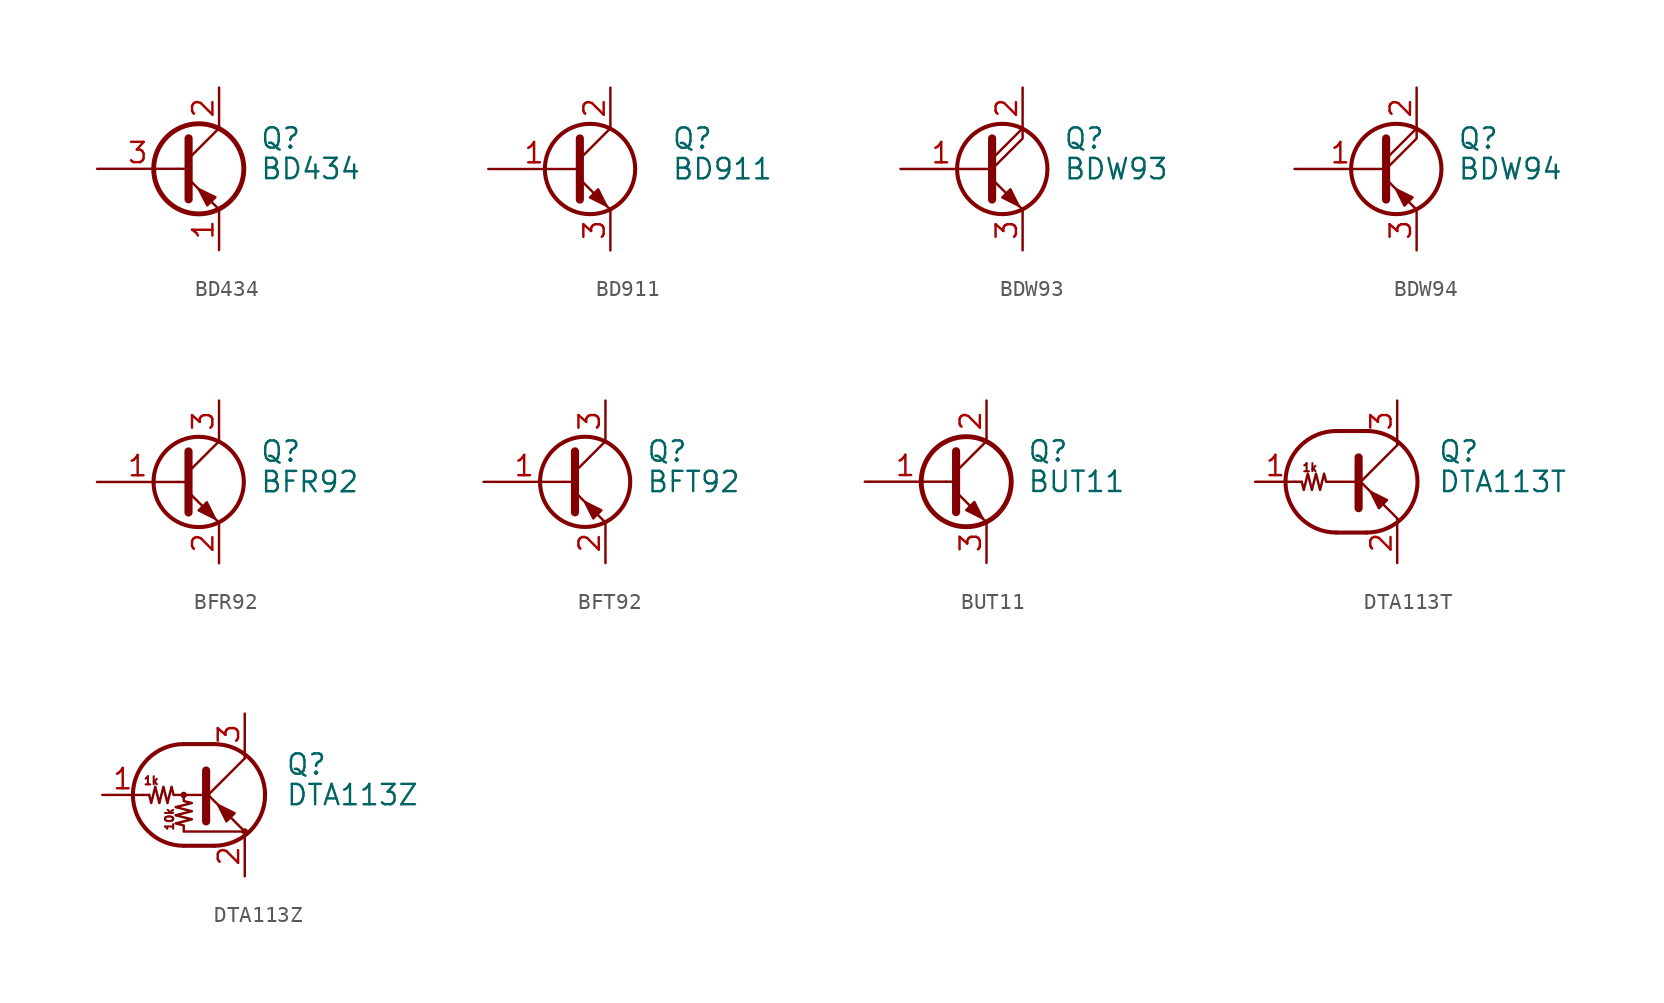
<source format=kicad_sym>
(kicad_symbol_lib
  (version 20211014)
  (generator kicad_symbol_editor)
  (symbol "BD434"
    (pin_names
      (offset 0) hide)
    (property "Reference" "Q"
      (at 5.08 1.905 0)
      (effects (font (size 1.27 1.27)) (justify left)))
    (property "Value" "BD434"
      (at 5.08 0 0)
      (effects (font (size 1.27 1.27)) (justify left)))
    (symbol "BD434_0_1"
      (polyline (pts (xy 0 0) (xy 0.635 0)) (stroke (width 0) (type default) (color 0 0 0 0)) (fill (type none)))
      (polyline (pts (xy 2.54 -2.54) (xy 0.635 -0.635)) (stroke (width 0) (type default) (color 0 0 0 0)) (fill (type none)))
      (polyline (pts (xy 2.54 2.54) (xy 0.635 0.635)) (stroke (width 0) (type default) (color 0 0 0 0)) (fill (type none)))
      (polyline (pts (xy 0.635 1.905) (xy 0.635 -1.905) (xy 0.635 -1.905)) (stroke (width 0.508) (type default) (color 0 0 0 0)) (fill (type outline)))
      (polyline (pts (xy 2.311 -1.778) (xy 1.803 -2.286) (xy 1.27 -1.27) (xy 2.311 -1.778) (xy 2.311 -1.778)) (stroke (width 0) (type default) (color 0 0 0 0)) (fill (type outline)))
      (circle (center 1.27 0) (radius 2.819) (stroke (width 0.305) (type default) (color 0 0 0 0)) (fill (type none))))
    (symbol "BD434_1_1"
      (pin passive line (at 2.54 -5.08 90) (length 2.54) (name "E" (effects (font (size 1.27 1.27)))) (number "1" (effects (font (size 1.27 1.27)))))
      (pin passive line (at 2.54 5.08 270) (length 2.54) (name "C" (effects (font (size 1.27 1.27)))) (number "2" (effects (font (size 1.27 1.27)))))
      (pin input line (at -5.08 0 0) (length 5.08) (name "B" (effects (font (size 1.27 1.27)))) (number "3" (effects (font (size 1.27 1.27)))))))
  (symbol "BD911"
    (pin_names
      (offset 0) hide)
    (property "Reference" "Q"
      (at 6.35 1.905 0)
      (effects (font (size 1.27 1.27)) (justify left)))
    (property "Value" "BD911"
      (at 6.35 0 0)
      (effects (font (size 1.27 1.27)) (justify left)))
    (symbol "BD911_0_1"
      (polyline (pts (xy 0.635 0.635) (xy 2.54 2.54)) (stroke (width 0) (type default) (color 0 0 0 0)) (fill (type none)))
      (polyline (pts (xy 0.635 -0.635) (xy 2.54 -2.54) (xy 2.54 -2.54)) (stroke (width 0) (type default) (color 0 0 0 0)) (fill (type none)))
      (polyline (pts (xy 0.635 1.905) (xy 0.635 -1.905) (xy 0.635 -1.905)) (stroke (width 0.508) (type default) (color 0 0 0 0)) (fill (type none)))
      (polyline (pts (xy 1.27 -1.778) (xy 1.778 -1.27) (xy 2.286 -2.286) (xy 1.27 -1.778) (xy 1.27 -1.778)) (stroke (width 0) (type default) (color 0 0 0 0)) (fill (type outline)))
      (circle (center 1.27 0) (radius 2.819) (stroke (width 0.254) (type default) (color 0 0 0 0)) (fill (type none))))
    (symbol "BD911_1_1"
      (pin input line (at -5.08 0 0) (length 5.715) (name "B" (effects (font (size 1.27 1.27)))) (number "1" (effects (font (size 1.27 1.27)))))
      (pin passive line (at 2.54 5.08 270) (length 2.54) (name "C" (effects (font (size 1.27 1.27)))) (number "2" (effects (font (size 1.27 1.27)))))
      (pin passive line (at 2.54 -5.08 90) (length 2.54) (name "E" (effects (font (size 1.27 1.27)))) (number "3" (effects (font (size 1.27 1.27)))))))
  (symbol "BDW93"
    (pin_names
      (offset 0) hide)
    (property "Reference" "Q"
      (at 5.08 1.905 0)
      (effects (font (size 1.27 1.27)) (justify left)))
    (property "Value" "BDW93"
      (at 5.08 0 0)
      (effects (font (size 1.27 1.27)) (justify left)))
    (symbol "BDW93_0_1"
      (polyline (pts (xy 0.635 0.635) (xy 2.54 2.54)) (stroke (width 0) (type default) (color 0 0 0 0)) (fill (type none)))
      (polyline (pts (xy 0.635 -0.635) (xy 2.54 -2.54) (xy 2.54 -2.54)) (stroke (width 0) (type default) (color 0 0 0 0)) (fill (type none)))
      (polyline (pts (xy 0.635 0) (xy 2.54 1.905) (xy 2.54 2.54)) (stroke (width 0) (type default) (color 0 0 0 0)) (fill (type none)))
      (polyline (pts (xy 0.635 1.905) (xy 0.635 -1.905) (xy 0.635 -1.905)) (stroke (width 0.508) (type default) (color 0 0 0 0)) (fill (type none)))
      (polyline (pts (xy 1.27 -1.778) (xy 1.778 -1.27) (xy 2.286 -2.286) (xy 1.27 -1.778) (xy 1.27 -1.778)) (stroke (width 0) (type default) (color 0 0 0 0)) (fill (type outline)))
      (circle (center 1.27 0) (radius 2.819) (stroke (width 0.254) (type default) (color 0 0 0 0)) (fill (type none))))
    (symbol "BDW93_1_1"
      (polyline (pts (xy 0 0) (xy 0.508 0)) (stroke (width 0) (type default) (color 0 0 0 0)) (fill (type none)))
      (pin input line (at -5.08 0 0) (length 5.08) (name "B" (effects (font (size 1.27 1.27)))) (number "1" (effects (font (size 1.27 1.27)))))
      (pin passive line (at 2.54 5.08 270) (length 2.54) (name "C" (effects (font (size 1.27 1.27)))) (number "2" (effects (font (size 1.27 1.27)))))
      (pin passive line (at 2.54 -5.08 90) (length 2.54) (name "E" (effects (font (size 1.27 1.27)))) (number "3" (effects (font (size 1.27 1.27)))))))
  (symbol "BDW94"
    (pin_names
      (offset 0) hide)
    (property "Reference" "Q"
      (at 5.08 1.905 0)
      (effects (font (size 1.27 1.27)) (justify left)))
    (property "Value" "BDW94"
      (at 5.08 0 0)
      (effects (font (size 1.27 1.27)) (justify left)))
    (symbol "BDW94_0_1"
      (polyline (pts (xy 0.635 0.635) (xy 2.54 2.54)) (stroke (width 0) (type default) (color 0 0 0 0)) (fill (type none)))
      (polyline (pts (xy 0.635 -0.635) (xy 2.54 -2.54) (xy 2.54 -2.54)) (stroke (width 0) (type default) (color 0 0 0 0)) (fill (type none)))
      (polyline (pts (xy 0.635 0) (xy 2.54 1.905) (xy 2.54 2.54)) (stroke (width 0) (type default) (color 0 0 0 0)) (fill (type none)))
      (polyline (pts (xy 0.635 1.905) (xy 0.635 -1.905) (xy 0.635 -1.905)) (stroke (width 0.508) (type default) (color 0 0 0 0)) (fill (type none)))
      (polyline (pts (xy 2.286 -1.778) (xy 1.778 -2.286) (xy 1.27 -1.27) (xy 2.286 -1.778) (xy 2.286 -1.778)) (stroke (width 0) (type default) (color 0 0 0 0)) (fill (type outline)))
      (circle (center 1.27 0) (radius 2.819) (stroke (width 0.254) (type default) (color 0 0 0 0)) (fill (type none))))
    (symbol "BDW94_1_1"
      (pin input line (at -5.08 0 0) (length 5.715) (name "B" (effects (font (size 1.27 1.27)))) (number "1" (effects (font (size 1.27 1.27)))))
      (pin passive line (at 2.54 5.08 270) (length 2.54) (name "C" (effects (font (size 1.27 1.27)))) (number "2" (effects (font (size 1.27 1.27)))))
      (pin passive line (at 2.54 -5.08 90) (length 2.54) (name "E" (effects (font (size 1.27 1.27)))) (number "3" (effects (font (size 1.27 1.27)))))))
  (symbol "BFR92"
    (pin_names
      (offset 0) hide)
    (property "Reference" "Q"
      (at 5.08 1.905 0)
      (effects (font (size 1.27 1.27)) (justify left)))
    (property "Value" "BFR92"
      (at 5.08 0 0)
      (effects (font (size 1.27 1.27)) (justify left)))
    (symbol "BFR92_0_1"
      (polyline (pts (xy 0 0) (xy 0.635 0)) (stroke (width 0) (type default) (color 0 0 0 0)) (fill (type none)))
      (polyline (pts (xy 0.635 0.635) (xy 2.54 2.54)) (stroke (width 0) (type default) (color 0 0 0 0)) (fill (type none)))
      (polyline (pts (xy 2.54 -2.54) (xy 0.635 -0.635)) (stroke (width 0) (type default) (color 0 0 0 0)) (fill (type none)))
      (polyline (pts (xy 0.635 1.905) (xy 0.635 0) (xy 0.635 -1.905) (xy 0.635 -1.905)) (stroke (width 0.508) (type default) (color 0 0 0 0)) (fill (type none)))
      (polyline (pts (xy 2.286 -2.286) (xy 1.778 -1.27) (xy 1.27 -1.778) (xy 2.286 -2.286) (xy 2.286 -2.286)) (stroke (width 0) (type default) (color 0 0 0 0)) (fill (type outline)))
      (circle (center 1.27 0) (radius 2.819) (stroke (width 0.254) (type default) (color 0 0 0 0)) (fill (type none))))
    (symbol "BFR92_1_1"
      (pin input line (at -5.08 0 0) (length 5.08) (name "B" (effects (font (size 1.27 1.27)))) (number "1" (effects (font (size 1.27 1.27)))))
      (pin passive line (at 2.54 -5.08 90) (length 2.54) (name "E" (effects (font (size 1.27 1.27)))) (number "2" (effects (font (size 1.27 1.27)))))
      (pin passive line (at 2.54 5.08 270) (length 2.54) (name "C" (effects (font (size 1.27 1.27)))) (number "3" (effects (font (size 1.27 1.27)))))))
  (symbol "BFT92"
    (pin_names
      (offset 0) hide)
    (property "Reference" "Q"
      (at 5.08 1.905 0)
      (effects (font (size 1.27 1.27)) (justify left)))
    (property "Value" "BFT92"
      (at 5.08 0 0)
      (effects (font (size 1.27 1.27)) (justify left)))
    (symbol "BFT92_0_1"
      (polyline (pts (xy 0 0) (xy 0.635 0)) (stroke (width 0) (type default) (color 0 0 0 0)) (fill (type none)))
      (polyline (pts (xy 0.635 0.635) (xy 2.54 2.54)) (stroke (width 0) (type default) (color 0 0 0 0)) (fill (type none)))
      (polyline (pts (xy 2.54 -2.54) (xy 0.635 -0.635)) (stroke (width 0) (type default) (color 0 0 0 0)) (fill (type none)))
      (polyline (pts (xy 0.635 1.905) (xy 0.635 0) (xy 0.635 -1.905) (xy 0.635 -1.905)) (stroke (width 0.508) (type default) (color 0 0 0 0)) (fill (type none)))
      (polyline (pts (xy 1.27 -1.27) (xy 1.778 -2.286) (xy 2.286 -1.778) (xy 1.27 -1.27) (xy 1.27 -1.27)) (stroke (width 0) (type default) (color 0 0 0 0)) (fill (type outline)))
      (circle (center 1.27 0) (radius 2.819) (stroke (width 0.254) (type default) (color 0 0 0 0)) (fill (type none))))
    (symbol "BFT92_1_1"
      (pin input line (at -5.08 0 0) (length 5.08) (name "B" (effects (font (size 1.27 1.27)))) (number "1" (effects (font (size 1.27 1.27)))))
      (pin passive line (at 2.54 -5.08 90) (length 2.54) (name "E" (effects (font (size 1.27 1.27)))) (number "2" (effects (font (size 1.27 1.27)))))
      (pin passive line (at 2.54 5.08 270) (length 2.54) (name "C" (effects (font (size 1.27 1.27)))) (number "3" (effects (font (size 1.27 1.27)))))))
  (symbol "BUT11"
    (pin_names
      (offset 0) hide)
    (property "Reference" "Q"
      (at 5.08 1.905 0)
      (effects (font (size 1.27 1.27)) (justify left)))
    (property "Value" "BUT11"
      (at 5.08 0 0)
      (effects (font (size 1.27 1.27)) (justify left)))
    (symbol "BUT11_0_1"
      (polyline (pts (xy 0 0) (xy 0.635 0)) (stroke (width 0) (type default) (color 0 0 0 0)) (fill (type none)))
      (polyline (pts (xy 2.54 -2.54) (xy 0.635 -0.635)) (stroke (width 0) (type default) (color 0 0 0 0)) (fill (type none)))
      (polyline (pts (xy 2.54 2.54) (xy 0.635 0.635)) (stroke (width 0) (type default) (color 0 0 0 0)) (fill (type none)))
      (polyline (pts (xy 0.635 1.905) (xy 0.635 -1.905) (xy 0.635 -1.905)) (stroke (width 0.508) (type default) (color 0 0 0 0)) (fill (type none)))
      (polyline (pts (xy 2.286 -2.286) (xy 1.778 -1.778) (xy 1.778 -1.778)) (stroke (width 0) (type default) (color 0 0 0 0)) (fill (type none)))
      (polyline (pts (xy 1.27 -1.778) (xy 1.778 -1.27) (xy 2.286 -2.286) (xy 1.27 -1.778) (xy 1.27 -1.778)) (stroke (width 0) (type default) (color 0 0 0 0)) (fill (type outline)))
      (circle (center 1.27 0) (radius 2.819) (stroke (width 0.305) (type default) (color 0 0 0 0)) (fill (type none))))
    (symbol "BUT11_1_1"
      (pin input line (at -5.08 0 0) (length 5.08) (name "B" (effects (font (size 1.27 1.27)))) (number "1" (effects (font (size 1.27 1.27)))))
      (pin passive line (at 2.54 5.08 270) (length 2.54) (name "C" (effects (font (size 1.27 1.27)))) (number "2" (effects (font (size 1.27 1.27)))))
      (pin passive line (at 2.54 -5.08 90) (length 2.54) (name "E" (effects (font (size 1.27 1.27)))) (number "3" (effects (font (size 1.27 1.27)))))))
  (symbol "DTA113T"
    (pin_names
      (offset 0) hide)
    (property "Reference" "Q"
      (at 5.08 1.905 0)
      (effects (font (size 1.27 1.27)) (justify left)))
    (property "Value" "DTA113T"
      (at 5.08 0 0)
      (effects (font (size 1.27 1.27)) (justify left)))
    (symbol "DTA113T_0_0"
      (polyline (pts (xy 2.54 -2.286) (xy 2.54 -2.54)) (stroke (width 0) (type default) (color 0 0 0 0)) (fill (type none)))
      (text "1k" (at -2.921 0.889 0) (effects (font (size 0.508 0.508)))))
    (symbol "DTA113T_0_1"
      (arc (start -1.27 3.175) (mid -4.445 0) (end -1.27 -3.175) (stroke (width 0.254) (type default) (color 0 0 0 0)) (fill (type none)))
      (polyline (pts (xy -3.429 0) (xy -3.81 0)) (stroke (width 0) (type default) (color 0 0 0 0)) (fill (type none)))
      (polyline (pts (xy -1.27 -3.175) (xy 0.635 -3.175)) (stroke (width 0.254) (type default) (color 0 0 0 0)) (fill (type none)))
      (polyline (pts (xy -1.27 3.175) (xy 0.635 3.175)) (stroke (width 0.254) (type default) (color 0 0 0 0)) (fill (type none)))
      (polyline (pts (xy 0 -0.254) (xy 2.54 2.286)) (stroke (width 0) (type default) (color 0 0 0 0)) (fill (type none)))
      (polyline (pts (xy 0.127 1.524) (xy 0.127 -1.651)) (stroke (width 0.508) (type default) (color 0 0 0 0)) (fill (type outline)))
      (polyline (pts (xy 2.54 2.286) (xy 2.54 2.54)) (stroke (width 0) (type default) (color 0 0 0 0)) (fill (type none)))
      (polyline (pts (xy 2.54 -2.286) (xy 0 0.254) (xy 0 0.254)) (stroke (width 0) (type default) (color 0 0 0 0)) (fill (type none)))
      (polyline (pts (xy 1.397 -1.651) (xy 1.905 -1.143) (xy 0.889 -0.635) (xy 1.397 -1.651)) (stroke (width 0) (type default) (color 0 0 0 0)) (fill (type outline)))
      (polyline (pts (xy 0 0) (xy -1.905 0) (xy -2.032 0.508) (xy -2.286 -0.508) (xy -2.54 0.508) (xy -2.794 -0.508) (xy -3.048 0.508) (xy -3.302 -0.508) (xy -3.429 0)) (stroke (width 0) (type default) (color 0 0 0 0)) (fill (type none)))
      (arc (start 0.635 -3.175) (mid 3.81 0) (end 0.635 3.175) (stroke (width 0.254) (type default) (color 0 0 0 0)) (fill (type none))))
    (symbol "DTA113T_1_1"
      (pin input line (at -6.35 0 0) (length 2.54) (name "B" (effects (font (size 1.27 1.27)))) (number "1" (effects (font (size 1.27 1.27)))))
      (pin passive line (at 2.54 -5.08 90) (length 2.54) (name "E" (effects (font (size 1.27 1.27)))) (number "2" (effects (font (size 1.27 1.27)))))
      (pin passive line (at 2.54 5.08 270) (length 2.54) (name "C" (effects (font (size 1.27 1.27)))) (number "3" (effects (font (size 1.27 1.27)))))))
  (symbol "DTA113Z"
    (pin_names
      (offset 0) hide)
    (property "Reference" "Q"
      (at 5.08 1.905 0)
      (effects (font (size 1.27 1.27)) (justify left)))
    (property "Value" "DTA113Z"
      (at 5.08 0 0)
      (effects (font (size 1.27 1.27)) (justify left)))
    (symbol "DTA113Z_0_0"
      (text "10k" (at -2.159 -1.524 900) (effects (font (size 0.508 0.508))))
      (text "1k" (at -3.302 0.889 0) (effects (font (size 0.508 0.508)))))
    (symbol "DTA113Z_0_1"
      (circle (center -1.27 0) (radius 0.127) (stroke (width 0) (type default) (color 0 0 0 0)) (fill (type none)))
      (arc (start -1.27 3.175) (mid -4.445 0) (end -1.27 -3.175) (stroke (width 0.254) (type default) (color 0 0 0 0)) (fill (type none)))
      (polyline (pts (xy -3.429 0) (xy -3.81 0)) (stroke (width 0) (type default) (color 0 0 0 0)) (fill (type none)))
      (polyline (pts (xy -1.27 -3.175) (xy 0.635 -3.175)) (stroke (width 0.254) (type default) (color 0 0 0 0)) (fill (type none)))
      (polyline (pts (xy -1.27 3.175) (xy 0.635 3.175)) (stroke (width 0.254) (type default) (color 0 0 0 0)) (fill (type none)))
      (polyline (pts (xy 0 -0.254) (xy 2.54 2.286)) (stroke (width 0) (type default) (color 0 0 0 0)) (fill (type none)))
      (polyline (pts (xy 0.127 1.524) (xy 0.127 -1.651)) (stroke (width 0.508) (type default) (color 0 0 0 0)) (fill (type outline)))
      (polyline (pts (xy 2.54 2.286) (xy 2.54 2.54)) (stroke (width 0) (type default) (color 0 0 0 0)) (fill (type none)))
      (polyline (pts (xy 2.54 -2.286) (xy 0 0.254) (xy 0 0.254)) (stroke (width 0) (type default) (color 0 0 0 0)) (fill (type none)))
      (polyline (pts (xy 1.397 -1.651) (xy 1.905 -1.143) (xy 0.889 -0.635) (xy 1.397 -1.651)) (stroke (width 0) (type default) (color 0 0 0 0)) (fill (type outline)))
      (polyline (pts (xy 0 0) (xy -1.905 0) (xy -2.032 0.508) (xy -2.286 -0.508) (xy -2.54 0.508) (xy -2.794 -0.508) (xy -3.048 0.508) (xy -3.302 -0.508) (xy -3.429 0)) (stroke (width 0) (type default) (color 0 0 0 0)) (fill (type none)))
      (polyline (pts (xy -1.27 0) (xy -1.27 -0.381) (xy -0.762 -0.508) (xy -1.778 -0.762) (xy -0.762 -1.016) (xy -1.778 -1.27) (xy -0.762 -1.524) (xy -1.778 -1.778) (xy -1.27 -1.905) (xy -1.27 -2.286) (xy 2.54 -2.286)) (stroke (width 0) (type default) (color 0 0 0 0)) (fill (type none)))
      (arc (start 0.635 -3.175) (mid 3.81 0) (end 0.635 3.175) (stroke (width 0.254) (type default) (color 0 0 0 0)) (fill (type none)))
      (circle (center 2.54 -2.286) (radius 0.127) (stroke (width 0) (type default) (color 0 0 0 0)) (fill (type none))))
    (symbol "DTA113Z_1_1"
      (pin input line (at -6.35 0 0) (length 2.54) (name "B" (effects (font (size 1.27 1.27)))) (number "1" (effects (font (size 1.27 1.27)))))
      (pin passive line (at 2.54 -5.08 90) (length 2.54) (name "E" (effects (font (size 1.27 1.27)))) (number "2" (effects (font (size 1.27 1.27)))))
      (pin passive line (at 2.54 5.08 270) (length 2.54) (name "C" (effects (font (size 1.27 1.27)))) (number "3" (effects (font (size 1.27 1.27))))))))
</source>
